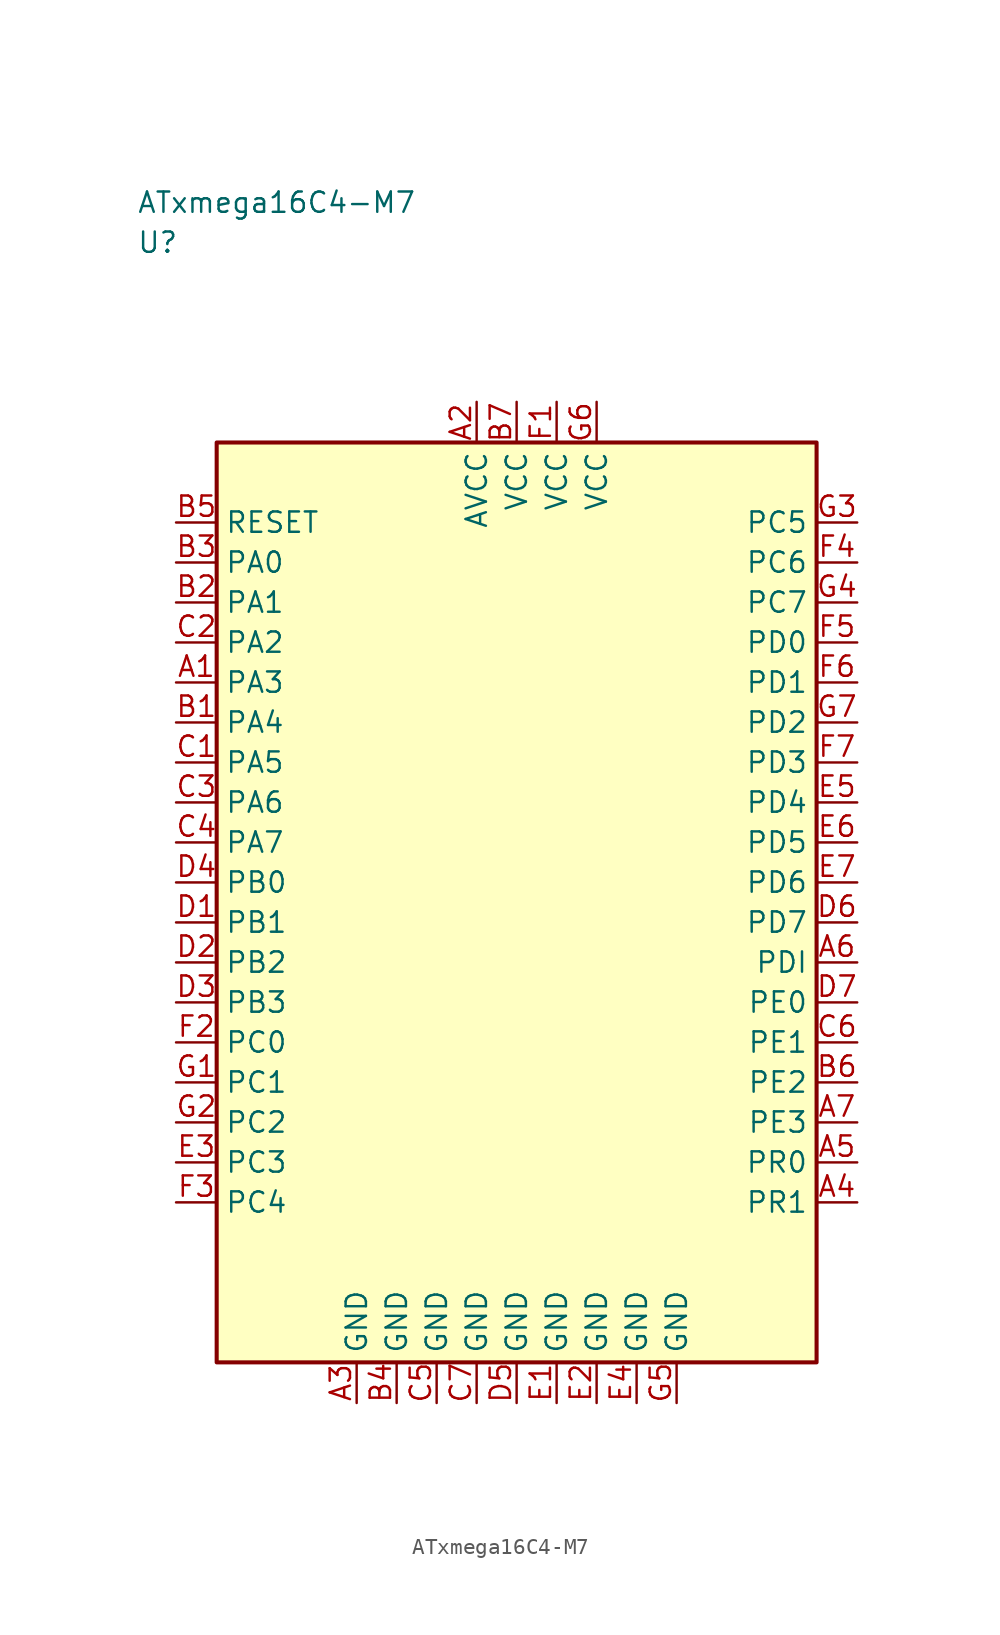
<source format=kicad_sym>
(kicad_symbol_lib
  (version 20241025)
  (generator "kicad_symbol_editor")
  (generator_version "8.0")
  (symbol "ATxmega16C4-M7"
    (property "Reference" "U"
      (at -23.75 41.25 0)
      (effects (font (size 1.27 1.27)) (justify left)))
    (property "Value" "ATxmega16C4-M7"
      (at -23.75 43.75 0)
      (effects (font (size 1.27 1.27)) (justify left)))
    (symbol "ATxmega16C4-M7_0_1"
      (rectangle (start -18.75 28.75) (end 18.75 -28.75) (stroke (width 0.254) (type default)) (fill (type background))))
    (symbol "ATxmega16C4-M7_1_1"
      (pin bidirectional line (at -21.29 13.75 0.0) (length 2.54) (name "PA3" (effects (font (size 1.27 1.27)))) (number "A1" (effects (font (size 1.27 1.27)))))
      (pin power_in line (at -2.5 31.29 270.0) (length 2.54) (name "AVCC" (effects (font (size 1.27 1.27)))) (number "A2" (effects (font (size 1.27 1.27)))))
      (pin passive line (at -10.0 -31.29 90.0) (length 2.54) (name "GND" (effects (font (size 1.27 1.27)))) (number "A3" (effects (font (size 1.27 1.27)))))
      (pin bidirectional line (at 21.29 -18.75 180.0) (length 2.54) (name "PR1" (effects (font (size 1.27 1.27)))) (number "A4" (effects (font (size 1.27 1.27)))))
      (pin bidirectional line (at 21.29 -16.25 180.0) (length 2.54) (name "PR0" (effects (font (size 1.27 1.27)))) (number "A5" (effects (font (size 1.27 1.27)))))
      (pin bidirectional line (at 21.29 -3.75 180.0) (length 2.54) (name "PDI" (effects (font (size 1.27 1.27)))) (number "A6" (effects (font (size 1.27 1.27)))))
      (pin bidirectional line (at 21.29 -13.75 180.0) (length 2.54) (name "PE3" (effects (font (size 1.27 1.27)))) (number "A7" (effects (font (size 1.27 1.27)))))
      (pin bidirectional line (at -21.29 11.25 0.0) (length 2.54) (name "PA4" (effects (font (size 1.27 1.27)))) (number "B1" (effects (font (size 1.27 1.27)))))
      (pin bidirectional line (at -21.29 18.75 0.0) (length 2.54) (name "PA1" (effects (font (size 1.27 1.27)))) (number "B2" (effects (font (size 1.27 1.27)))))
      (pin bidirectional line (at -21.29 21.25 0.0) (length 2.54) (name "PA0" (effects (font (size 1.27 1.27)))) (number "B3" (effects (font (size 1.27 1.27)))))
      (pin passive line (at -7.5 -31.29 90.0) (length 2.54) (name "GND" (effects (font (size 1.27 1.27)))) (number "B4" (effects (font (size 1.27 1.27)))))
      (pin input line (at -21.29 23.75 0.0) (length 2.54) (name "RESET" (effects (font (size 1.27 1.27)))) (number "B5" (effects (font (size 1.27 1.27)))))
      (pin bidirectional line (at 21.29 -11.25 180.0) (length 2.54) (name "PE2" (effects (font (size 1.27 1.27)))) (number "B6" (effects (font (size 1.27 1.27)))))
      (pin power_in line (at 0.0 31.29 270.0) (length 2.54) (name "VCC" (effects (font (size 1.27 1.27)))) (number "B7" (effects (font (size 1.27 1.27)))))
      (pin bidirectional line (at -21.29 8.75 0.0) (length 2.54) (name "PA5" (effects (font (size 1.27 1.27)))) (number "C1" (effects (font (size 1.27 1.27)))))
      (pin bidirectional line (at -21.29 16.25 0.0) (length 2.54) (name "PA2" (effects (font (size 1.27 1.27)))) (number "C2" (effects (font (size 1.27 1.27)))))
      (pin bidirectional line (at -21.29 6.25 0.0) (length 2.54) (name "PA6" (effects (font (size 1.27 1.27)))) (number "C3" (effects (font (size 1.27 1.27)))))
      (pin bidirectional line (at -21.29 3.75 0.0) (length 2.54) (name "PA7" (effects (font (size 1.27 1.27)))) (number "C4" (effects (font (size 1.27 1.27)))))
      (pin passive line (at -5.0 -31.29 90.0) (length 2.54) (name "GND" (effects (font (size 1.27 1.27)))) (number "C5" (effects (font (size 1.27 1.27)))))
      (pin bidirectional line (at 21.29 -8.75 180.0) (length 2.54) (name "PE1" (effects (font (size 1.27 1.27)))) (number "C6" (effects (font (size 1.27 1.27)))))
      (pin passive line (at -2.5 -31.29 90.0) (length 2.54) (name "GND" (effects (font (size 1.27 1.27)))) (number "C7" (effects (font (size 1.27 1.27)))))
      (pin bidirectional line (at -21.29 -1.25 0.0) (length 2.54) (name "PB1" (effects (font (size 1.27 1.27)))) (number "D1" (effects (font (size 1.27 1.27)))))
      (pin bidirectional line (at -21.29 -3.75 0.0) (length 2.54) (name "PB2" (effects (font (size 1.27 1.27)))) (number "D2" (effects (font (size 1.27 1.27)))))
      (pin bidirectional line (at -21.29 -6.25 0.0) (length 2.54) (name "PB3" (effects (font (size 1.27 1.27)))) (number "D3" (effects (font (size 1.27 1.27)))))
      (pin bidirectional line (at -21.29 1.25 0.0) (length 2.54) (name "PB0" (effects (font (size 1.27 1.27)))) (number "D4" (effects (font (size 1.27 1.27)))))
      (pin passive line (at 0.0 -31.29 90.0) (length 2.54) (name "GND" (effects (font (size 1.27 1.27)))) (number "D5" (effects (font (size 1.27 1.27)))))
      (pin bidirectional line (at 21.29 -1.25 180.0) (length 2.54) (name "PD7" (effects (font (size 1.27 1.27)))) (number "D6" (effects (font (size 1.27 1.27)))))
      (pin bidirectional line (at 21.29 -6.25 180.0) (length 2.54) (name "PE0" (effects (font (size 1.27 1.27)))) (number "D7" (effects (font (size 1.27 1.27)))))
      (pin passive line (at 2.5 -31.29 90.0) (length 2.54) (name "GND" (effects (font (size 1.27 1.27)))) (number "E1" (effects (font (size 1.27 1.27)))))
      (pin passive line (at 5.0 -31.29 90.0) (length 2.54) (name "GND" (effects (font (size 1.27 1.27)))) (number "E2" (effects (font (size 1.27 1.27)))))
      (pin bidirectional line (at -21.29 -16.25 0.0) (length 2.54) (name "PC3" (effects (font (size 1.27 1.27)))) (number "E3" (effects (font (size 1.27 1.27)))))
      (pin passive line (at 7.5 -31.29 90.0) (length 2.54) (name "GND" (effects (font (size 1.27 1.27)))) (number "E4" (effects (font (size 1.27 1.27)))))
      (pin bidirectional line (at 21.29 6.25 180.0) (length 2.54) (name "PD4" (effects (font (size 1.27 1.27)))) (number "E5" (effects (font (size 1.27 1.27)))))
      (pin bidirectional line (at 21.29 3.75 180.0) (length 2.54) (name "PD5" (effects (font (size 1.27 1.27)))) (number "E6" (effects (font (size 1.27 1.27)))))
      (pin bidirectional line (at 21.29 1.25 180.0) (length 2.54) (name "PD6" (effects (font (size 1.27 1.27)))) (number "E7" (effects (font (size 1.27 1.27)))))
      (pin power_in line (at 2.5 31.29 270.0) (length 2.54) (name "VCC" (effects (font (size 1.27 1.27)))) (number "F1" (effects (font (size 1.27 1.27)))))
      (pin bidirectional line (at -21.29 -8.75 0.0) (length 2.54) (name "PC0" (effects (font (size 1.27 1.27)))) (number "F2" (effects (font (size 1.27 1.27)))))
      (pin bidirectional line (at -21.29 -18.75 0.0) (length 2.54) (name "PC4" (effects (font (size 1.27 1.27)))) (number "F3" (effects (font (size 1.27 1.27)))))
      (pin bidirectional line (at 21.29 21.25 180.0) (length 2.54) (name "PC6" (effects (font (size 1.27 1.27)))) (number "F4" (effects (font (size 1.27 1.27)))))
      (pin bidirectional line (at 21.29 16.25 180.0) (length 2.54) (name "PD0" (effects (font (size 1.27 1.27)))) (number "F5" (effects (font (size 1.27 1.27)))))
      (pin bidirectional line (at 21.29 13.75 180.0) (length 2.54) (name "PD1" (effects (font (size 1.27 1.27)))) (number "F6" (effects (font (size 1.27 1.27)))))
      (pin bidirectional line (at 21.29 8.75 180.0) (length 2.54) (name "PD3" (effects (font (size 1.27 1.27)))) (number "F7" (effects (font (size 1.27 1.27)))))
      (pin bidirectional line (at -21.29 -11.25 0.0) (length 2.54) (name "PC1" (effects (font (size 1.27 1.27)))) (number "G1" (effects (font (size 1.27 1.27)))))
      (pin bidirectional line (at -21.29 -13.75 0.0) (length 2.54) (name "PC2" (effects (font (size 1.27 1.27)))) (number "G2" (effects (font (size 1.27 1.27)))))
      (pin bidirectional line (at 21.29 23.75 180.0) (length 2.54) (name "PC5" (effects (font (size 1.27 1.27)))) (number "G3" (effects (font (size 1.27 1.27)))))
      (pin bidirectional line (at 21.29 18.75 180.0) (length 2.54) (name "PC7" (effects (font (size 1.27 1.27)))) (number "G4" (effects (font (size 1.27 1.27)))))
      (pin passive line (at 10.0 -31.29 90.0) (length 2.54) (name "GND" (effects (font (size 1.27 1.27)))) (number "G5" (effects (font (size 1.27 1.27)))))
      (pin power_in line (at 5.0 31.29 270.0) (length 2.54) (name "VCC" (effects (font (size 1.27 1.27)))) (number "G6" (effects (font (size 1.27 1.27)))))
      (pin bidirectional line (at 21.29 11.25 180.0) (length 2.54) (name "PD2" (effects (font (size 1.27 1.27)))) (number "G7" (effects (font (size 1.27 1.27))))))))
</source>
